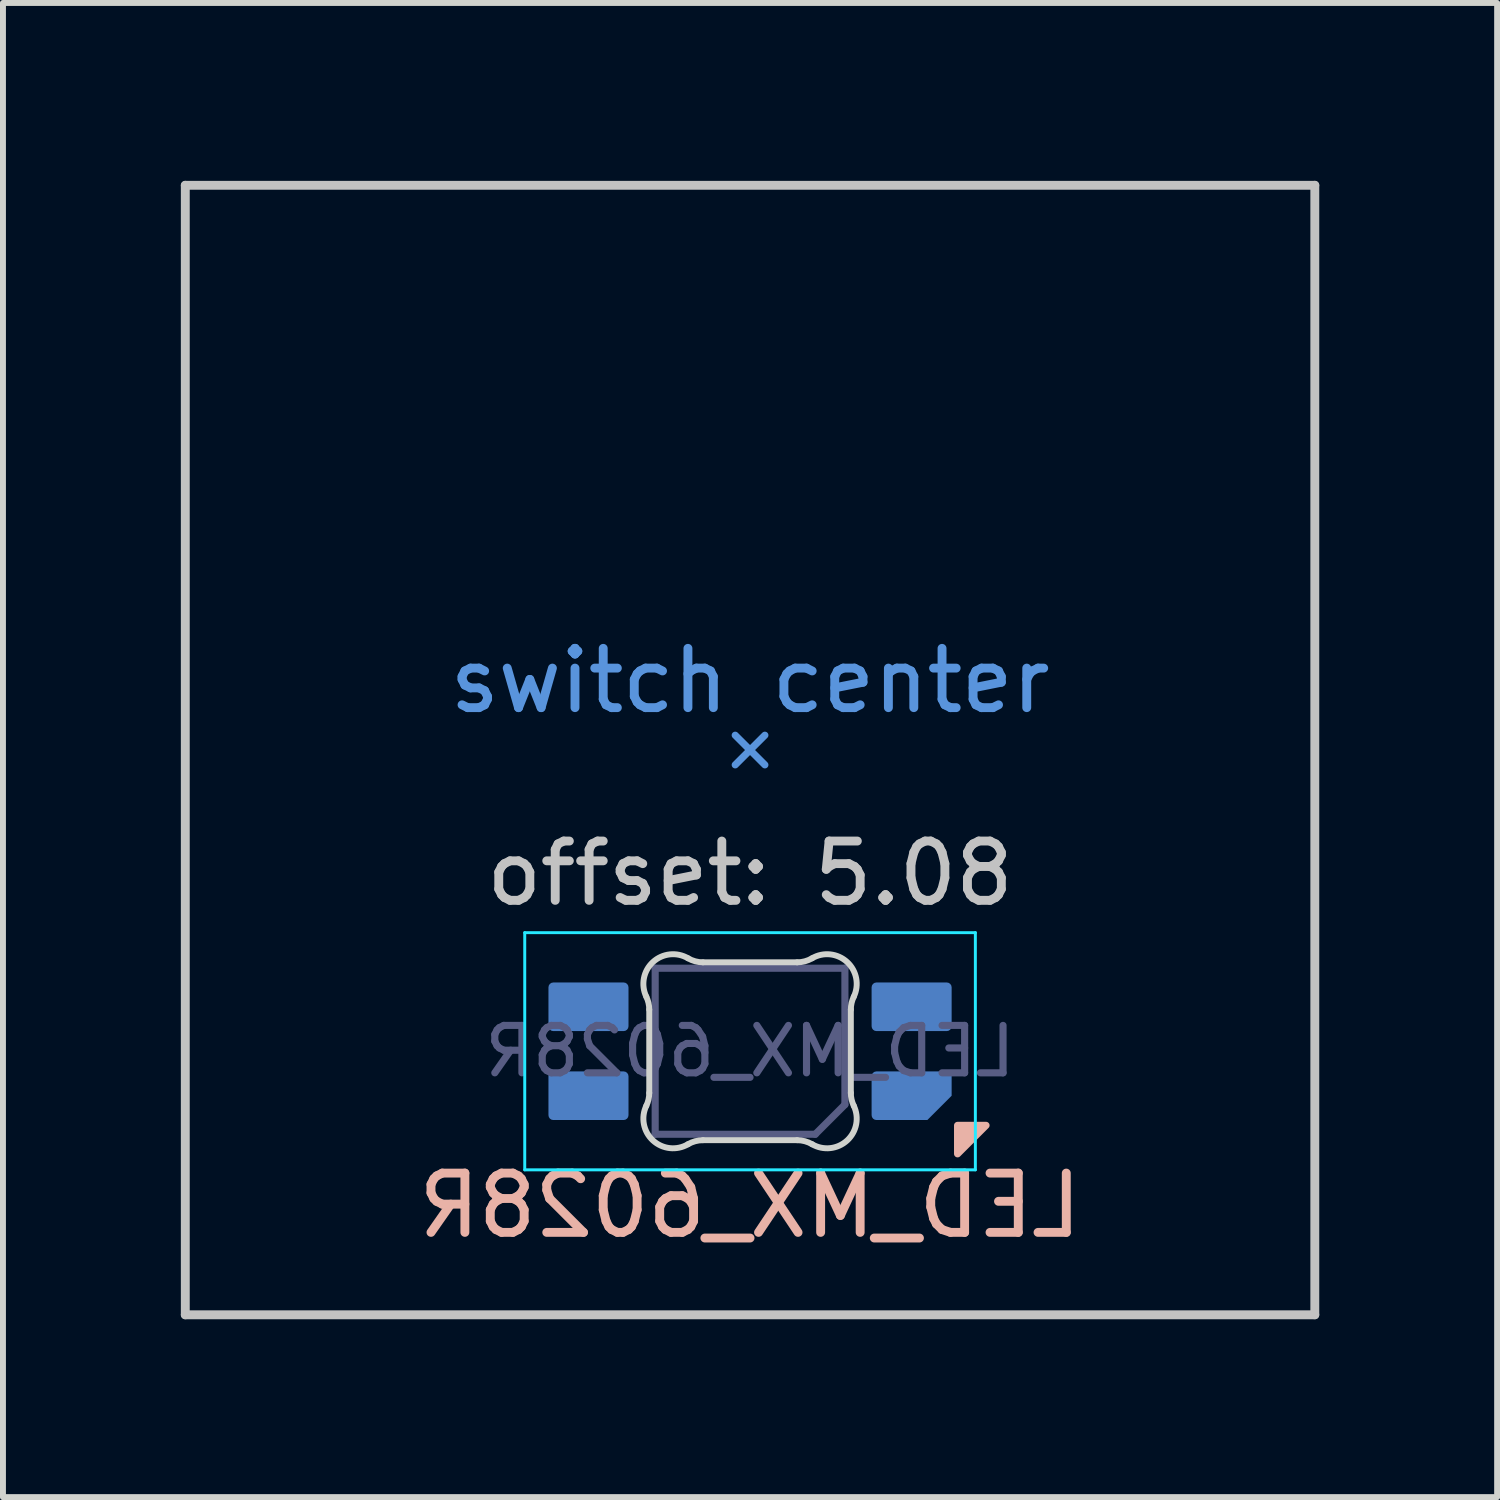
<source format=kicad_pcb>
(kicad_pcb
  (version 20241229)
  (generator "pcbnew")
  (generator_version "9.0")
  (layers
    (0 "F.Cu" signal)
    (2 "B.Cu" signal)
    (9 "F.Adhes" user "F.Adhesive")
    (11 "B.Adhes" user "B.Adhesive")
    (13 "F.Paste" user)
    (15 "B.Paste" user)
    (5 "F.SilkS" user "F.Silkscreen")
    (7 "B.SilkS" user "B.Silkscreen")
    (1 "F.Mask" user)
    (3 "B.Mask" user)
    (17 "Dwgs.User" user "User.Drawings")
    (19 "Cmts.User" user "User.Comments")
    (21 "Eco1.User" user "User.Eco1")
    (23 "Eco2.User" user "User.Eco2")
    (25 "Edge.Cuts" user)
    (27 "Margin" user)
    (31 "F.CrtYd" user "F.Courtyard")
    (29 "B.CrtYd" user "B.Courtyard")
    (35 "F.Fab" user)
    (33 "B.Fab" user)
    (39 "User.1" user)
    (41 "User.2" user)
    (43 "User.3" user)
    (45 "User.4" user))
  (footprint "LED_MX_6028R"
    (layer "F.Cu")
    (at 9.6 14.68)
    (property "Reference" "LED_MX_6028R" (at 0 2.6 0) (layer "B.SilkS") (effects (font (size 1 1) (thickness 0.15)) (justify mirror)))
    (attr smd)
    (fp_poly (pts (xy 3.5 1.25) (xy 3.5 1.73) (xy 3.98 1.25) (xy 3.5 1.25)) (stroke (width 0.12) (type solid)) (fill yes) (layer "B.SilkS"))
    (fp_line (start -9.525 -14.605) (end -9.525 4.445) (stroke (width 0.15) (type solid)) (layer "Dwgs.User"))
    (fp_line (start 9.525 -14.605) (end -9.525 -14.605) (stroke (width 0.15) (type solid)) (layer "Dwgs.User"))
    (fp_line (start 9.525 4.445) (end -9.525 4.445) (stroke (width 0.15) (type solid)) (layer "Dwgs.User"))
    (fp_line (start 9.525 4.445) (end 9.525 -14.605) (stroke (width 0.15) (type solid)) (layer "Dwgs.User"))
    (fp_line (start -0.25 -4.83) (end 0 -5.08) (stroke (width 0.12) (type solid)) (layer "Cmts.User"))
    (fp_line (start 0 -5.08) (end -0.25 -5.33) (stroke (width 0.12) (type solid)) (layer "Cmts.User"))
    (fp_line (start 0 -5.08) (end 0.25 -5.33) (stroke (width 0.12) (type solid)) (layer "Cmts.User"))
    (fp_line (start 0.25 -4.83) (end 0 -5.08) (stroke (width 0.12) (type solid)) (layer "Cmts.User"))
    (fp_line (start -1.7 0.703) (end -1.7 -0.703) (stroke (width 0.1) (type solid)) (layer "Edge.Cuts"))
    (fp_line (start -0.794 -1.5) (end 0.794 -1.5) (stroke (width 0.1) (type solid)) (layer "Edge.Cuts"))
    (fp_line (start 0.794 1.5) (end -0.794 1.5) (stroke (width 0.1) (type solid)) (layer "Edge.Cuts"))
    (fp_line (start 1.7 -0.703) (end 1.7 0.703) (stroke (width 0.1) (type solid)) (layer "Edge.Cuts"))
    (fp_arc (start -1.749484 -0.919721) (mid -1.712526 -0.814069) (end -1.699999 -0.702843) (stroke (width 0.1) (type solid)) (layer "Edge.Cuts"))
    (fp_arc (start -1.749484 -0.919721) (mid -1.638072 -1.504036) (end -1.046711 -1.5683) (stroke (width 0.1) (type solid)) (layer "Edge.Cuts"))
    (fp_arc (start -1.699999 0.702842) (mid -1.712536 0.814064) (end -1.749484 0.919719) (stroke (width 0.1) (type solid)) (layer "Edge.Cuts"))
    (fp_arc (start -1.046711 1.568296) (mid -1.63807 1.504033) (end -1.749484 0.919719) (stroke (width 0.1) (type solid)) (layer "Edge.Cuts"))
    (fp_arc (start -1.04671 1.568298) (mid -0.925122 1.517376) (end -0.794452 1.499999) (stroke (width 0.1) (type solid)) (layer "Edge.Cuts"))
    (fp_arc (start -0.794453 -1.500001) (mid -0.925123 -1.517378) (end -1.046711 -1.5683) (stroke (width 0.1) (type solid)) (layer "Edge.Cuts"))
    (fp_arc (start 0.794452 1.499999) (mid 0.925123 1.517376) (end 1.046711 1.568298) (stroke (width 0.1) (type solid)) (layer "Edge.Cuts"))
    (fp_arc (start 1.046711 -1.568299) (mid 0.925123 -1.517377) (end 0.794453 -1.5) (stroke (width 0.1) (type solid)) (layer "Edge.Cuts"))
    (fp_arc (start 1.046711 -1.568299) (mid 1.63807 -1.504035) (end 1.749484 -0.919721) (stroke (width 0.1) (type solid)) (layer "Edge.Cuts"))
    (fp_arc (start 1.699999 -0.702844) (mid 1.712527 -0.814069) (end 1.749484 -0.919721) (stroke (width 0.1) (type solid)) (layer "Edge.Cuts"))
    (fp_arc (start 1.749484 0.919718) (mid 1.638072 1.504034) (end 1.046711 1.568298) (stroke (width 0.1) (type solid)) (layer "Edge.Cuts"))
    (fp_arc (start 1.749484 0.919719) (mid 1.712527 0.814067) (end 1.699999 0.702841) (stroke (width 0.1) (type solid)) (layer "Edge.Cuts"))
    (fp_line (start -3.8 -2) (end -3.8 2) (stroke (width 0.05) (type solid)) (layer "B.CrtYd"))
    (fp_line (start -3.8 2) (end 3.8 2) (stroke (width 0.05) (type solid)) (layer "B.CrtYd"))
    (fp_line (start 3.8 -2) (end -3.8 -2) (stroke (width 0.05) (type solid)) (layer "B.CrtYd"))
    (fp_line (start 3.8 2) (end 3.8 -2) (stroke (width 0.05) (type solid)) (layer "B.CrtYd"))
    (fp_line (start -1.6 -1.4) (end -1.6 1.4) (stroke (width 0.12) (type solid)) (layer "B.Fab"))
    (fp_line (start -1.6 1.4) (end 1.1 1.4) (stroke (width 0.12) (type solid)) (layer "B.Fab"))
    (fp_line (start 1.6 -1.4) (end -1.6 -1.4) (stroke (width 0.12) (type solid)) (layer "B.Fab"))
    (fp_line (start 1.6 0.9) (end 1.1 1.4) (stroke (width 0.12) (type solid)) (layer "B.Fab"))
    (fp_line (start 1.6 0.9) (end 1.6 -1.4) (stroke (width 0.12) (type solid)) (layer "B.Fab"))
    (fp_text user "offset: 5.08" (at 0 -3 0) (layer "Dwgs.User") (effects (font (size 1 1) (thickness 0.15))))
    (fp_text user "switch center" (at 0 -6.25 0) (layer "Cmts.User") (effects (font (size 1 1) (thickness 0.15))))
    (fp_text user "${REFERENCE}" (at 0 0 0) (layer "B.Fab") (effects (font (size 0.8 0.8) (thickness 0.12)) (justify mirror)))
    (pad "1" smd roundrect (at -2.725 -0.75 270) (size 0.82 1.35) (layers "B.Cu" "B.Mask" "B.Paste") (roundrect_rratio 0.1))
    (pad "2" smd roundrect (at -2.725 0.75 270) (size 0.82 1.35) (layers "B.Cu" "B.Mask" "B.Paste") (roundrect_rratio 0.1))
    (pad "3" smd roundrect (at 2.725 -0.75 270) (size 0.82 1.35) (layers "B.Cu" "B.Mask" "B.Paste") (roundrect_rratio 0.1))
    (pad "4" smd roundrect (at 2.725 0.75 270) (size 0.82 1.35) (layers "B.Cu" "B.Mask" "B.Paste") (roundrect_rratio 0.1) (chamfer_ratio 0.5) (chamfer top_right)))
  (gr_rect
    (start -3 -3)
    (end 22.2 22.2)
    (stroke (width 0.1) (type default))
    (fill no)
    (layer "Edge.Cuts")))
</source>
